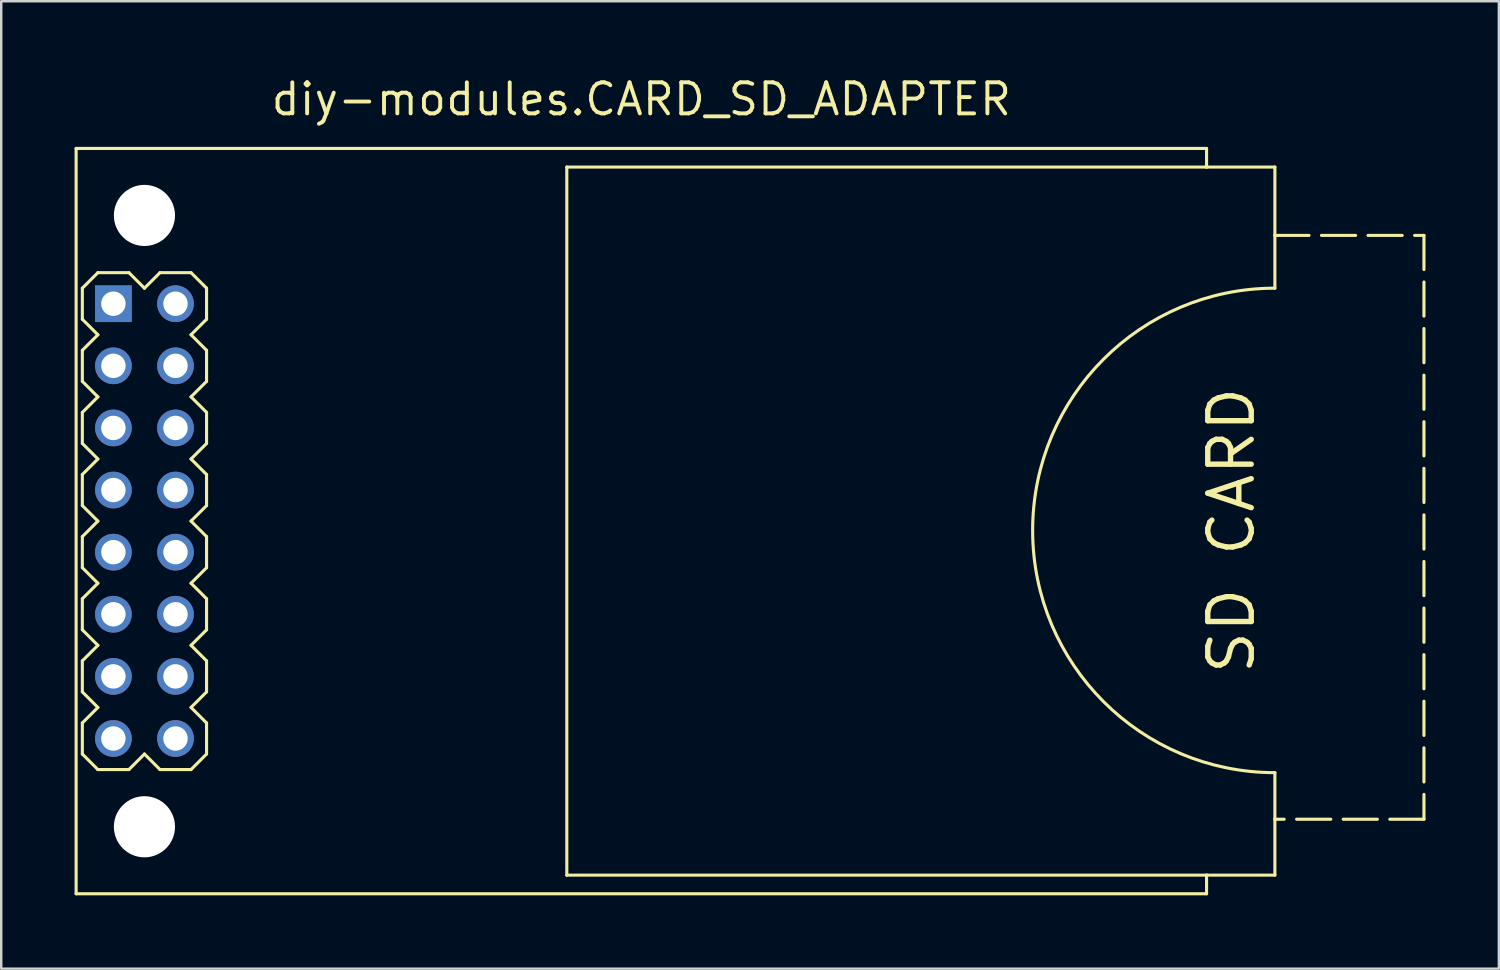
<source format=kicad_pcb>
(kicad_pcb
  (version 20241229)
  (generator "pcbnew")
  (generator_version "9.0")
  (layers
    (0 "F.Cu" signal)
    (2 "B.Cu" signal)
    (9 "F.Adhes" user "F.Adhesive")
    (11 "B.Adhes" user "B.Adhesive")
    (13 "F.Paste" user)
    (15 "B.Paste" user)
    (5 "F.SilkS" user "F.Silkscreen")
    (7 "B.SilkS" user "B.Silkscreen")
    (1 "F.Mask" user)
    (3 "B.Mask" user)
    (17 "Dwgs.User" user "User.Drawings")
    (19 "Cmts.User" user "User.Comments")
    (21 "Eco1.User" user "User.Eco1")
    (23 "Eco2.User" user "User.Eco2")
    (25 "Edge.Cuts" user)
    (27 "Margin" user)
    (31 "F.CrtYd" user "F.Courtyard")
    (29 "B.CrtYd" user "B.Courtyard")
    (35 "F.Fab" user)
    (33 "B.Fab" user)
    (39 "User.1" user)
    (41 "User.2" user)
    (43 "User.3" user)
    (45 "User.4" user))
  (footprint "diy-modules.CARD_SD_ADAPTER"
    (layer "F.Cu")
    (at 23.177 18.26)
    (property "Reference" "diy-modules.CARD_SD_ADAPTER" (at 0 -16.51 0) (layer "F.SilkS") (effects (font (size 1.27 1.27) (thickness 0.16)) (justify bottom)))
    (attr through_hole)
    (fp_line (start -23.114 -15.24) (end 23.114 -15.24) (stroke (width 0.127) (type default)) (layer "F.SilkS"))
    (fp_line (start -23.114 15.24) (end -23.114 -15.24) (stroke (width 0.127) (type default)) (layer "F.SilkS"))
    (fp_line (start -22.86 -9.525) (end -22.225 -10.16) (stroke (width 0.127) (type default)) (layer "F.SilkS"))
    (fp_line (start -22.86 -8.255) (end -22.86 -9.525) (stroke (width 0.127) (type default)) (layer "F.SilkS"))
    (fp_line (start -22.86 -6.985) (end -22.225 -7.62) (stroke (width 0.127) (type default)) (layer "F.SilkS"))
    (fp_line (start -22.86 -5.715) (end -22.86 -6.985) (stroke (width 0.127) (type default)) (layer "F.SilkS"))
    (fp_line (start -22.86 -4.445) (end -22.225 -5.08) (stroke (width 0.127) (type default)) (layer "F.SilkS"))
    (fp_line (start -22.86 -3.175) (end -22.86 -4.445) (stroke (width 0.127) (type default)) (layer "F.SilkS"))
    (fp_line (start -22.86 -1.905) (end -22.225 -2.54) (stroke (width 0.127) (type default)) (layer "F.SilkS"))
    (fp_line (start -22.86 -0.635) (end -22.86 -1.905) (stroke (width 0.127) (type default)) (layer "F.SilkS"))
    (fp_line (start -22.86 0.635) (end -22.225 0) (stroke (width 0.127) (type default)) (layer "F.SilkS"))
    (fp_line (start -22.86 1.905) (end -22.86 0.635) (stroke (width 0.127) (type default)) (layer "F.SilkS"))
    (fp_line (start -22.86 3.175) (end -22.225 2.54) (stroke (width 0.127) (type default)) (layer "F.SilkS"))
    (fp_line (start -22.86 4.445) (end -22.86 3.175) (stroke (width 0.127) (type default)) (layer "F.SilkS"))
    (fp_line (start -22.86 5.715) (end -22.225 5.08) (stroke (width 0.127) (type default)) (layer "F.SilkS"))
    (fp_line (start -22.86 6.985) (end -22.86 5.715) (stroke (width 0.127) (type default)) (layer "F.SilkS"))
    (fp_line (start -22.86 8.255) (end -22.225 7.62) (stroke (width 0.127) (type default)) (layer "F.SilkS"))
    (fp_line (start -22.86 9.525) (end -22.86 8.255) (stroke (width 0.127) (type default)) (layer "F.SilkS"))
    (fp_line (start -22.225 -10.16) (end -20.955 -10.16) (stroke (width 0.127) (type default)) (layer "F.SilkS"))
    (fp_line (start -22.225 -7.62) (end -22.86 -8.255) (stroke (width 0.127) (type default)) (layer "F.SilkS"))
    (fp_line (start -22.225 -5.08) (end -22.86 -5.715) (stroke (width 0.127) (type default)) (layer "F.SilkS"))
    (fp_line (start -22.225 -2.54) (end -22.86 -3.175) (stroke (width 0.127) (type default)) (layer "F.SilkS"))
    (fp_line (start -22.225 0) (end -22.86 -0.635) (stroke (width 0.127) (type default)) (layer "F.SilkS"))
    (fp_line (start -22.225 2.54) (end -22.86 1.905) (stroke (width 0.127) (type default)) (layer "F.SilkS"))
    (fp_line (start -22.225 5.08) (end -22.86 4.445) (stroke (width 0.127) (type default)) (layer "F.SilkS"))
    (fp_line (start -22.225 7.62) (end -22.86 6.985) (stroke (width 0.127) (type default)) (layer "F.SilkS"))
    (fp_line (start -22.225 10.16) (end -22.86 9.525) (stroke (width 0.127) (type default)) (layer "F.SilkS"))
    (fp_line (start -20.955 -10.16) (end -20.32 -9.525) (stroke (width 0.127) (type default)) (layer "F.SilkS"))
    (fp_line (start -20.955 10.16) (end -22.225 10.16) (stroke (width 0.127) (type default)) (layer "F.SilkS"))
    (fp_line (start -20.32 -9.525) (end -19.685 -10.16) (stroke (width 0.127) (type default)) (layer "F.SilkS"))
    (fp_line (start -20.32 9.525) (end -20.955 10.16) (stroke (width 0.127) (type default)) (layer "F.SilkS"))
    (fp_line (start -19.685 -10.16) (end -18.415 -10.16) (stroke (width 0.127) (type default)) (layer "F.SilkS"))
    (fp_line (start -19.685 10.16) (end -20.32 9.525) (stroke (width 0.127) (type default)) (layer "F.SilkS"))
    (fp_line (start -18.415 -10.16) (end -17.78 -9.525) (stroke (width 0.127) (type default)) (layer "F.SilkS"))
    (fp_line (start -18.415 -7.62) (end -17.78 -6.985) (stroke (width 0.127) (type default)) (layer "F.SilkS"))
    (fp_line (start -18.415 -5.08) (end -17.78 -4.445) (stroke (width 0.127) (type default)) (layer "F.SilkS"))
    (fp_line (start -18.415 -2.54) (end -17.78 -1.905) (stroke (width 0.127) (type default)) (layer "F.SilkS"))
    (fp_line (start -18.415 0) (end -17.78 0.635) (stroke (width 0.127) (type default)) (layer "F.SilkS"))
    (fp_line (start -18.415 2.54) (end -17.78 3.175) (stroke (width 0.127) (type default)) (layer "F.SilkS"))
    (fp_line (start -18.415 5.08) (end -17.78 5.715) (stroke (width 0.127) (type default)) (layer "F.SilkS"))
    (fp_line (start -18.415 7.62) (end -17.78 8.255) (stroke (width 0.127) (type default)) (layer "F.SilkS"))
    (fp_line (start -18.415 10.16) (end -19.685 10.16) (stroke (width 0.127) (type default)) (layer "F.SilkS"))
    (fp_line (start -17.78 -9.525) (end -17.78 -8.255) (stroke (width 0.127) (type default)) (layer "F.SilkS"))
    (fp_line (start -17.78 -8.255) (end -18.415 -7.62) (stroke (width 0.127) (type default)) (layer "F.SilkS"))
    (fp_line (start -17.78 -6.985) (end -17.78 -5.715) (stroke (width 0.127) (type default)) (layer "F.SilkS"))
    (fp_line (start -17.78 -5.715) (end -18.415 -5.08) (stroke (width 0.127) (type default)) (layer "F.SilkS"))
    (fp_line (start -17.78 -4.445) (end -17.78 -3.175) (stroke (width 0.127) (type default)) (layer "F.SilkS"))
    (fp_line (start -17.78 -3.175) (end -18.415 -2.54) (stroke (width 0.127) (type default)) (layer "F.SilkS"))
    (fp_line (start -17.78 -1.905) (end -17.78 -0.635) (stroke (width 0.127) (type default)) (layer "F.SilkS"))
    (fp_line (start -17.78 -0.635) (end -18.415 0) (stroke (width 0.127) (type default)) (layer "F.SilkS"))
    (fp_line (start -17.78 0.635) (end -17.78 1.905) (stroke (width 0.127) (type default)) (layer "F.SilkS"))
    (fp_line (start -17.78 1.905) (end -18.415 2.54) (stroke (width 0.127) (type default)) (layer "F.SilkS"))
    (fp_line (start -17.78 3.175) (end -17.78 4.445) (stroke (width 0.127) (type default)) (layer "F.SilkS"))
    (fp_line (start -17.78 4.445) (end -18.415 5.08) (stroke (width 0.127) (type default)) (layer "F.SilkS"))
    (fp_line (start -17.78 5.715) (end -17.78 6.985) (stroke (width 0.127) (type default)) (layer "F.SilkS"))
    (fp_line (start -17.78 6.985) (end -18.415 7.62) (stroke (width 0.127) (type default)) (layer "F.SilkS"))
    (fp_line (start -17.78 8.255) (end -17.78 9.525) (stroke (width 0.127) (type default)) (layer "F.SilkS"))
    (fp_line (start -17.78 9.525) (end -18.415 10.16) (stroke (width 0.127) (type default)) (layer "F.SilkS"))
    (fp_line (start -3.048 -14.478) (end -3.048 14.478) (stroke (width 0.127) (type default)) (layer "F.SilkS"))
    (fp_line (start -3.048 14.478) (end 23.114 14.478) (stroke (width 0.127) (type default)) (layer "F.SilkS"))
    (fp_line (start 23.114 -15.24) (end 23.114 -14.478) (stroke (width 0.127) (type default)) (layer "F.SilkS"))
    (fp_line (start 23.114 -14.478) (end -3.048 -14.478) (stroke (width 0.127) (type default)) (layer "F.SilkS"))
    (fp_line (start 23.114 14.478) (end 25.908 14.478) (stroke (width 0.127) (type default)) (layer "F.SilkS"))
    (fp_line (start 23.114 15.24) (end -23.114 15.24) (stroke (width 0.127) (type default)) (layer "F.SilkS"))
    (fp_line (start 23.114 15.24) (end 23.114 14.478) (stroke (width 0.127) (type default)) (layer "F.SilkS"))
    (fp_line (start 25.908 -14.478) (end 23.114 -14.478) (stroke (width 0.127) (type default)) (layer "F.SilkS"))
    (fp_line (start 25.908 -14.478) (end 25.908 -11.684) (stroke (width 0.127) (type default)) (layer "F.SilkS"))
    (fp_line (start 25.908 -11.684) (end 25.908 -9.525) (stroke (width 0.127) (type default)) (layer "F.SilkS"))
    (fp_line (start 25.908 -11.684) (end 32.004 -11.684) (stroke (width 0.127) (type dash)) (layer "F.SilkS"))
    (fp_line (start 25.908 12.192) (end 25.908 10.287) (stroke (width 0.127) (type default)) (layer "F.SilkS"))
    (fp_line (start 25.908 14.478) (end 25.908 12.192) (stroke (width 0.127) (type default)) (layer "F.SilkS"))
    (fp_line (start 32.004 -11.684) (end 32.004 12.192) (stroke (width 0.127) (type dash)) (layer "F.SilkS"))
    (fp_line (start 32.004 12.192) (end 25.908 12.192) (stroke (width 0.127) (type dash)) (layer "F.SilkS"))
    (fp_arc (start 25.908 10.287) (mid 16.002 0.381) (end 25.908 -9.525) (stroke (width 0.127) (type default)) (layer "F.SilkS"))
    (fp_text user "SD CARD" (at 24.13 0.381 90) (layer "F.SilkS") (effects (font (size 1.778 1.778) (thickness 0.22))))
    (pad "" np_thru_hole circle (at -20.32 -12.5) (size 2.5 2.5) (drill 2.5) (layers "*.Cu" "*.Mask"))
    (pad "" np_thru_hole circle (at -20.32 12.5) (size 2.5 2.5) (drill 2.5) (layers "*.Cu" "*.Mask"))
    (pad "1" thru_hole rect (at -21.59 -8.89) (size 1.5 1.5) (drill 1) (layers "*.Cu" "*.Mask"))
    (pad "2" thru_hole circle (at -19.05 -8.89) (size 1.5 1.5) (drill 1) (layers "*.Cu" "*.Mask"))
    (pad "3" thru_hole circle (at -21.59 -6.35) (size 1.5 1.5) (drill 1) (layers "*.Cu" "*.Mask"))
    (pad "4" thru_hole circle (at -19.05 -6.35) (size 1.5 1.5) (drill 1) (layers "*.Cu" "*.Mask"))
    (pad "5" thru_hole circle (at -21.59 -3.81) (size 1.5 1.5) (drill 1) (layers "*.Cu" "*.Mask"))
    (pad "6" thru_hole circle (at -19.05 -3.81) (size 1.5 1.5) (drill 1) (layers "*.Cu" "*.Mask"))
    (pad "7" thru_hole circle (at -21.59 -1.27) (size 1.5 1.5) (drill 1) (layers "*.Cu" "*.Mask"))
    (pad "8" thru_hole circle (at -19.05 -1.27) (size 1.5 1.5) (drill 1) (layers "*.Cu" "*.Mask"))
    (pad "9" thru_hole circle (at -21.59 1.27) (size 1.5 1.5) (drill 1) (layers "*.Cu" "*.Mask"))
    (pad "10" thru_hole circle (at -19.05 1.27) (size 1.5 1.5) (drill 1) (layers "*.Cu" "*.Mask"))
    (pad "11" thru_hole circle (at -21.59 3.81) (size 1.5 1.5) (drill 1) (layers "*.Cu" "*.Mask"))
    (pad "12" thru_hole circle (at -19.05 3.81) (size 1.5 1.5) (drill 1) (layers "*.Cu" "*.Mask"))
    (pad "13" thru_hole circle (at -21.59 6.35) (size 1.5 1.5) (drill 1) (layers "*.Cu" "*.Mask"))
    (pad "14" thru_hole circle (at -19.05 6.35) (size 1.5 1.5) (drill 1) (layers "*.Cu" "*.Mask"))
    (pad "15" thru_hole circle (at -21.59 8.89) (size 1.5 1.5) (drill 1) (layers "*.Cu" "*.Mask"))
    (pad "16" thru_hole circle (at -19.05 8.89) (size 1.5 1.5) (drill 1) (layers "*.Cu" "*.Mask")))
  (gr_rect
    (start -3 -3)
    (end 58.245 36.563)
    (stroke (width 0.1) (type default))
    (fill no)
    (layer "Edge.Cuts")))
</source>
